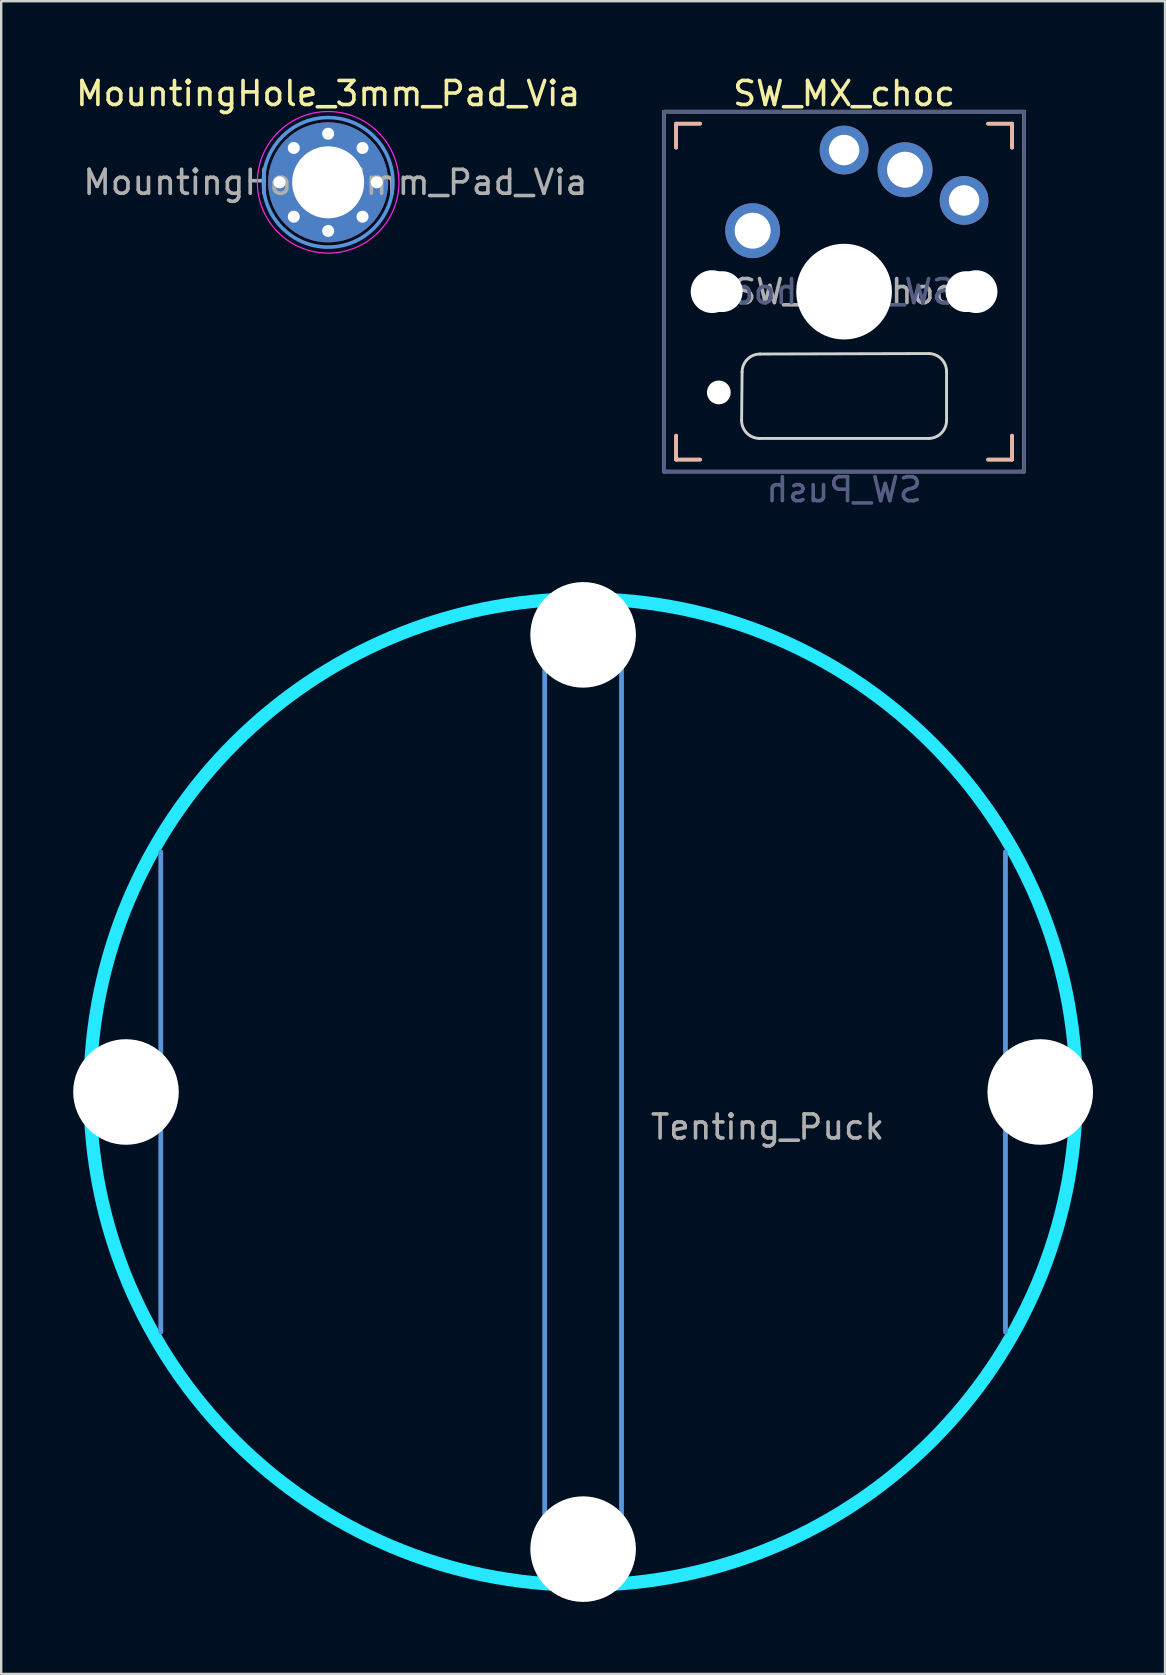
<source format=kicad_pcb>
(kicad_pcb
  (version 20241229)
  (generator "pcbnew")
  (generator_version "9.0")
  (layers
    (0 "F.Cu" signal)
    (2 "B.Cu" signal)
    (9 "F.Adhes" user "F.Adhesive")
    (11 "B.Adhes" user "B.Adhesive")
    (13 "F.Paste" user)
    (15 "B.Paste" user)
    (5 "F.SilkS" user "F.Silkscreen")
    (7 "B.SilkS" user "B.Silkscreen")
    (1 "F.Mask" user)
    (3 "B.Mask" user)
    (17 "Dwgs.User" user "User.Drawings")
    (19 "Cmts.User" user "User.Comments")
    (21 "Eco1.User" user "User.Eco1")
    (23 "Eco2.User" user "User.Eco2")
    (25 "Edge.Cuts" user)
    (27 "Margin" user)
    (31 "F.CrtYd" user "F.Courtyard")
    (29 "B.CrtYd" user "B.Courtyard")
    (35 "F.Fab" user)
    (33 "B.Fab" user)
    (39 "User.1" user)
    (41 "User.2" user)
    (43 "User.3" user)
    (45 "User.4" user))
  (footprint "Tenting_Puck"
    (layer "F.Cu")
    (at 21.25 42.456)
    (property "Reference" "Tenting_Puck" (at 7.684 1.46 0) (layer "F.Fab") (effects (font (size 1 1) (thickness 0.15))))
    (attr through_hole exclude_from_pos_files exclude_from_bom)
    (fp_line (start -17.6 10) (end -17.6 -10) (stroke (width 0.2) (type solid)) (layer "Cmts.User"))
    (fp_line (start -1.6 19.05) (end -1.6 -19.05) (stroke (width 0.2) (type solid)) (layer "Cmts.User"))
    (fp_line (start 1.6 19.05) (end 1.6 -19.05) (stroke (width 0.2) (type solid)) (layer "Cmts.User"))
    (fp_line (start 17.6 10) (end 17.6 -10) (stroke (width 0.2) (type solid)) (layer "Cmts.User"))
    (fp_circle (center 0 0) (end 20.55 0) (stroke (width 0.55) (type solid)) (fill no) (layer "B.CrtYd"))
    (pad "" np_thru_hole circle (at -19.05 0) (size 4.4 4.4) (drill 4.4) (layers "*.Cu" "*.Mask"))
    (pad "" np_thru_hole circle (at 0 -19.05) (size 4.4 4.4) (drill 4.4) (layers "*.Cu" "*.Mask"))
    (pad "" np_thru_hole circle (at 0 19.05) (size 4.4 4.4) (drill 4.4) (layers "*.Cu" "*.Mask"))
    (pad "" np_thru_hole circle (at 19.05 0) (size 4.4 4.4) (drill 4.4) (layers "*.Cu" "*.Mask")))
  (footprint "SW_MX_choc"
    (layer "F.Cu")
    (at 32.125 9.103)
    (property "Reference" "SW_MX_choc" (at 0 -8.255 0) (layer "F.SilkS") (effects (font (size 1 1) (thickness 0.15))))
    (property "Value" "SW_Push" (at 0 8.255 0) (layer "F.Fab") (hide yes) (effects (font (size 1 1) (thickness 0.15))))
    (attr through_hole)
    (fp_line (start -7 -7) (end -6 -7) (stroke (width 0.15) (type solid)) (layer "F.SilkS"))
    (fp_line (start -7 -6) (end -7 -7) (stroke (width 0.15) (type solid)) (layer "F.SilkS"))
    (fp_line (start -7 7) (end -7 6) (stroke (width 0.15) (type solid)) (layer "F.SilkS"))
    (fp_line (start -6 7) (end -7 7) (stroke (width 0.15) (type solid)) (layer "F.SilkS"))
    (fp_line (start 6 -7) (end 7 -7) (stroke (width 0.15) (type solid)) (layer "F.SilkS"))
    (fp_line (start 7 -7) (end 7 -6) (stroke (width 0.15) (type solid)) (layer "F.SilkS"))
    (fp_line (start 7 6) (end 7 7) (stroke (width 0.15) (type solid)) (layer "F.SilkS"))
    (fp_line (start 7 7) (end 6 7) (stroke (width 0.15) (type solid)) (layer "F.SilkS"))
    (fp_line (start -7 -7) (end -6 -7) (stroke (width 0.15) (type solid)) (layer "B.SilkS"))
    (fp_line (start -7 -6) (end -7 -7) (stroke (width 0.15) (type solid)) (layer "B.SilkS"))
    (fp_line (start -7 7) (end -7 6) (stroke (width 0.15) (type solid)) (layer "B.SilkS"))
    (fp_line (start -6 7) (end -7 7) (stroke (width 0.15) (type solid)) (layer "B.SilkS"))
    (fp_line (start 6 -7) (end 7 -7) (stroke (width 0.15) (type solid)) (layer "B.SilkS"))
    (fp_line (start 7 -7) (end 7 -6) (stroke (width 0.15) (type solid)) (layer "B.SilkS"))
    (fp_line (start 7 6) (end 7 7) (stroke (width 0.15) (type solid)) (layer "B.SilkS"))
    (fp_line (start 7 7) (end 6 7) (stroke (width 0.15) (type solid)) (layer "B.SilkS"))
    (fp_line (start -6.9 6.9) (end -6.9 -6.9) (stroke (width 0.15) (type solid)) (layer "Eco2.User"))
    (fp_line (start -6.9 6.9) (end 6.9 6.9) (stroke (width 0.15) (type solid)) (layer "Eco2.User"))
    (fp_line (start 6.9 -6.9) (end -6.9 -6.9) (stroke (width 0.15) (type solid)) (layer "Eco2.User"))
    (fp_line (start 6.9 -6.9) (end 6.9 6.9) (stroke (width 0.15) (type solid)) (layer "Eco2.User"))
    (fp_line (start -4.25 3.35) (end -4.27 5.368) (stroke (width 0.12) (type solid)) (layer "Edge.Cuts"))
    (fp_line (start -3.52 6.118) (end 3.52 6.118) (stroke (width 0.12) (type solid)) (layer "Edge.Cuts"))
    (fp_line (start -3.5 2.6) (end 3.52 2.58) (stroke (width 0.12) (type solid)) (layer "Edge.Cuts"))
    (fp_line (start 4.27 5.368) (end 4.27 3.33) (stroke (width 0.12) (type solid)) (layer "Edge.Cuts"))
    (fp_arc (start -4.25 3.35) (mid -4.03033 2.81967) (end -3.5 2.6) (stroke (width 0.12) (type solid)) (layer "Edge.Cuts"))
    (fp_arc (start -3.51967 6.11818) (mid -4.05 5.89851) (end -4.26967 5.36818) (stroke (width 0.12) (type solid)) (layer "Edge.Cuts"))
    (fp_arc (start 3.51967 2.58033) (mid 4.05 2.8) (end 4.26967 3.33033) (stroke (width 0.12) (type solid)) (layer "Edge.Cuts"))
    (fp_arc (start 4.26967 5.36818) (mid 4.05 5.89851) (end 3.51967 6.11818) (stroke (width 0.12) (type solid)) (layer "Edge.Cuts"))
    (fp_line (start -7.5 -7.5) (end 7.5 -7.5) (stroke (width 0.15) (type solid)) (layer "B.Fab"))
    (fp_line (start -7.5 7.5) (end -7.5 -7.5) (stroke (width 0.15) (type solid)) (layer "B.Fab"))
    (fp_line (start 7.5 -7.5) (end 7.5 7.5) (stroke (width 0.15) (type solid)) (layer "B.Fab"))
    (fp_line (start 7.5 7.5) (end -7.5 7.5) (stroke (width 0.15) (type solid)) (layer "B.Fab"))
    (fp_line (start -7.5 -7.5) (end 7.5 -7.5) (stroke (width 0.15) (type solid)) (layer "F.Fab"))
    (fp_line (start -7.5 7.5) (end -7.5 -7.5) (stroke (width 0.15) (type solid)) (layer "F.Fab"))
    (fp_line (start 7.5 -7.5) (end 7.5 7.5) (stroke (width 0.15) (type solid)) (layer "F.Fab"))
    (fp_line (start 7.5 7.5) (end -7.5 7.5) (stroke (width 0.15) (type solid)) (layer "F.Fab"))
    (fp_text user "${VALUE}" (at 0 8.255 0) (layer "B.Fab") (effects (font (size 1 1) (thickness 0.15)) (justify mirror)))
    (fp_text user "${REFERENCE}" (at 0 0 0) (layer "B.Fab") (effects (font (size 1 1) (thickness 0.15)) (justify mirror)))
    (fp_text user "${REFERENCE}" (at 0 0 0) (layer "F.Fab") (effects (font (size 1 1) (thickness 0.15))))
    (pad "" np_thru_hole circle (at -5.5 0) (size 1.782 1.782) (drill 1.782) (layers "*.Cu" "*.Mask"))
    (pad "" np_thru_hole circle (at -5.22 4.2) (size 0.991 0.991) (drill 0.991) (layers "*.Cu" "*.Mask"))
    (pad "" np_thru_hole circle (at -5.08 0) (size 1.702 1.702) (drill 1.702) (layers "*.Cu" "*.Mask"))
    (pad "" np_thru_hole circle (at 0 0) (size 3.988 3.988) (drill 3.988) (layers "*.Cu" "*.Mask"))
    (pad "" np_thru_hole circle (at 5.08 0) (size 1.702 1.702) (drill 1.702) (layers "*.Cu" "*.Mask"))
    (pad "" np_thru_hole circle (at 5.5 0) (size 1.782 1.782) (drill 1.782) (layers "*.Cu" "*.Mask"))
    (pad "1" thru_hole circle (at -3.81 -2.54) (size 2.286 2.286) (drill 1.499) (layers "*.Cu" "*.Mask"))
    (pad "1" thru_hole circle (at 0 -5.9) (size 2.032 2.032) (drill 1.27) (layers "*.Cu" "*.Mask"))
    (pad "2" thru_hole circle (at 2.54 -5.08) (size 2.286 2.286) (drill 1.499) (layers "*.Cu" "*.Mask"))
    (pad "2" thru_hole circle (at 5 -3.8) (size 2.032 2.032) (drill 1.27) (layers "*.Cu" "*.Mask")))
  (footprint "MountingHole_3mm_Pad_Via"
    (layer "F.Cu")
    (at 10.625 4.548)
    (property "Reference" "MountingHole_3mm_Pad_Via" (at 0 -3.7 0) (layer "F.SilkS") (effects (font (size 1 1) (thickness 0.15))))
    (attr exclude_from_pos_files exclude_from_bom)
    (fp_circle (center 0 0) (end 2.7 0) (stroke (width 0.15) (type solid)) (fill no) (layer "Cmts.User"))
    (fp_circle (center 0 0) (end 2.95 0) (stroke (width 0.05) (type solid)) (fill no) (layer "F.CrtYd"))
    (fp_text user "${REFERENCE}" (at 0.3 0 0) (layer "F.Fab") (effects (font (size 1 1) (thickness 0.15))))
    (pad "1" thru_hole circle (at -2.025 0) (size 0.8 0.8) (drill 0.5) (layers "*.Cu" "*.Mask"))
    (pad "1" thru_hole circle (at -1.432 -1.432) (size 0.8 0.8) (drill 0.5) (layers "*.Cu" "*.Mask"))
    (pad "1" thru_hole circle (at -1.432 1.432) (size 0.8 0.8) (drill 0.5) (layers "*.Cu" "*.Mask"))
    (pad "1" thru_hole circle (at 0 -2.025) (size 0.8 0.8) (drill 0.5) (layers "*.Cu" "*.Mask"))
    (pad "1" thru_hole circle (at 0 0) (size 5 5) (drill 3) (layers "*.Cu" "*.Mask"))
    (pad "1" thru_hole circle (at 0 2.025) (size 0.8 0.8) (drill 0.5) (layers "*.Cu" "*.Mask"))
    (pad "1" thru_hole circle (at 1.432 -1.432) (size 0.8 0.8) (drill 0.5) (layers "*.Cu" "*.Mask"))
    (pad "1" thru_hole circle (at 1.432 1.432) (size 0.8 0.8) (drill 0.5) (layers "*.Cu" "*.Mask"))
    (pad "1" thru_hole circle (at 2.025 0) (size 0.8 0.8) (drill 0.5) (layers "*.Cu" "*.Mask")))
  (gr_rect
    (start -3 -3)
    (end 45.5 66.707)
    (stroke (width 0.1) (type default))
    (fill no)
    (layer "Edge.Cuts")))
</source>
